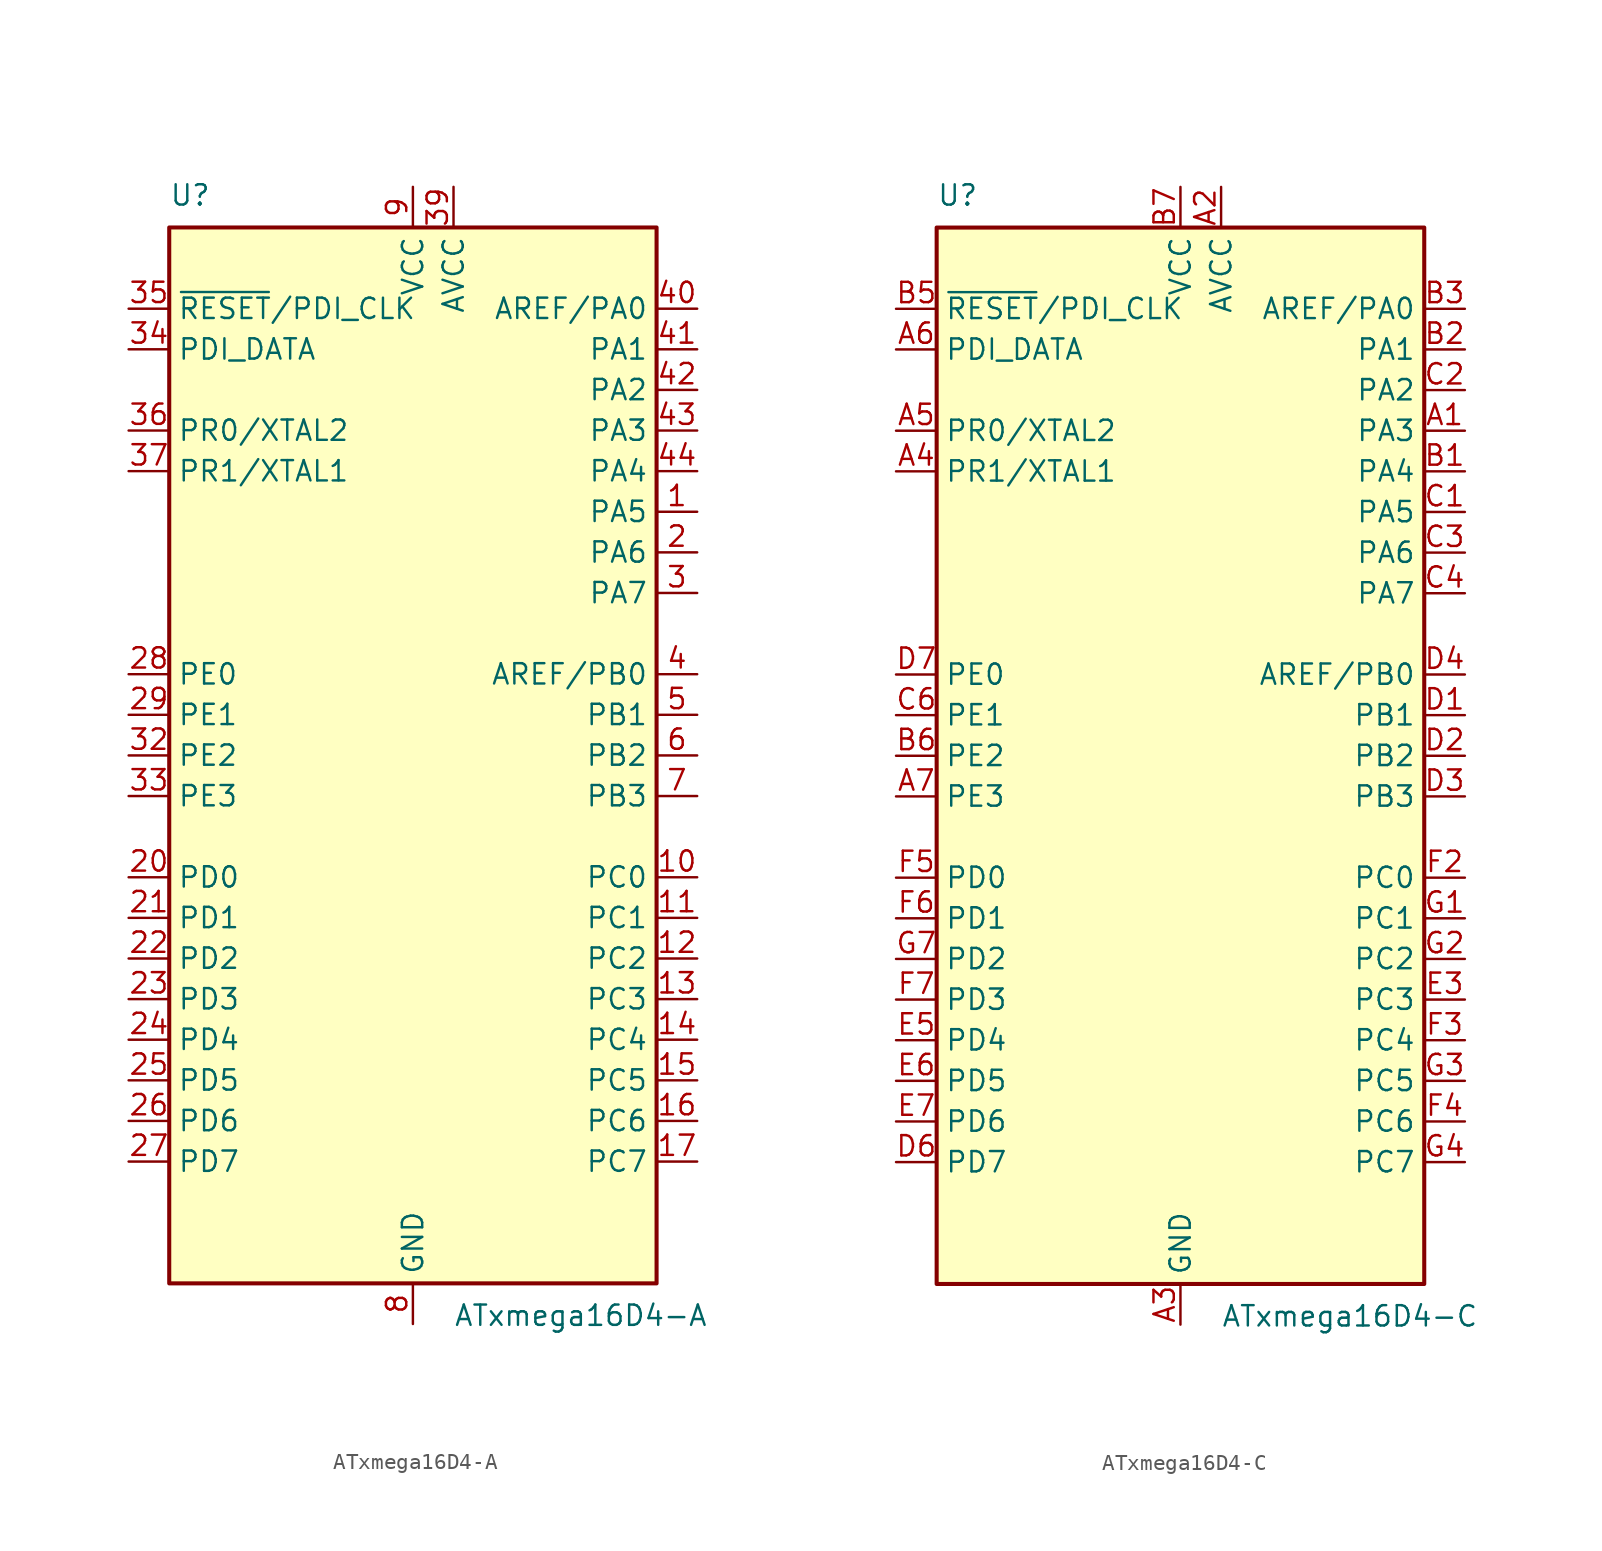
<source format=kicad_sym>
(kicad_symbol_lib
  (version 20201005)
  (generator kicad_symbol_editor)
  (symbol "ATxmega16D4-A"
    (property "Reference" "U"
      (at -15.24 34.29 0)
      (effects (font (size 1.27 1.27)) (justify left bottom)))
    (property "Value" "ATxmega16D4-A"
      (at 2.54 -34.29 0)
      (effects (font (size 1.27 1.27)) (justify left top)))
    (symbol "ATxmega16D4-A_0_1"
      (rectangle (start -15.24 -33.02) (end 15.24 33.02) (stroke (width 0.254)) (fill (type background))))
    (symbol "ATxmega16D4-A_1_1"
      (pin bidirectional line (at 17.78 15.24 180) (length 2.54) (name "PA5" (effects (font (size 1.27 1.27)))) (number "1" (effects (font (size 1.27 1.27)))))
      (pin bidirectional line (at 17.78 -7.62 180) (length 2.54) (name "PC0" (effects (font (size 1.27 1.27)))) (number "10" (effects (font (size 1.27 1.27)))))
      (pin bidirectional line (at 17.78 -10.16 180) (length 2.54) (name "PC1" (effects (font (size 1.27 1.27)))) (number "11" (effects (font (size 1.27 1.27)))))
      (pin bidirectional line (at 17.78 -12.7 180) (length 2.54) (name "PC2" (effects (font (size 1.27 1.27)))) (number "12" (effects (font (size 1.27 1.27)))))
      (pin bidirectional line (at 17.78 -15.24 180) (length 2.54) (name "PC3" (effects (font (size 1.27 1.27)))) (number "13" (effects (font (size 1.27 1.27)))))
      (pin bidirectional line (at 17.78 -17.78 180) (length 2.54) (name "PC4" (effects (font (size 1.27 1.27)))) (number "14" (effects (font (size 1.27 1.27)))))
      (pin bidirectional line (at 17.78 -20.32 180) (length 2.54) (name "PC5" (effects (font (size 1.27 1.27)))) (number "15" (effects (font (size 1.27 1.27)))))
      (pin bidirectional line (at 17.78 -22.86 180) (length 2.54) (name "PC6" (effects (font (size 1.27 1.27)))) (number "16" (effects (font (size 1.27 1.27)))))
      (pin bidirectional line (at 17.78 -25.4 180) (length 2.54) (name "PC7" (effects (font (size 1.27 1.27)))) (number "17" (effects (font (size 1.27 1.27)))))
      (pin passive line (at 0 -35.56 90) (length 2.54) hide (name "GND" (effects (font (size 1.27 1.27)))) (number "18" (effects (font (size 1.27 1.27)))))
      (pin passive line (at 0 35.56 270) (length 2.54) hide (name "VCC" (effects (font (size 1.27 1.27)))) (number "19" (effects (font (size 1.27 1.27)))))
      (pin bidirectional line (at 17.78 12.7 180) (length 2.54) (name "PA6" (effects (font (size 1.27 1.27)))) (number "2" (effects (font (size 1.27 1.27)))))
      (pin bidirectional line (at -17.78 -7.62 0) (length 2.54) (name "PD0" (effects (font (size 1.27 1.27)))) (number "20" (effects (font (size 1.27 1.27)))))
      (pin bidirectional line (at -17.78 -10.16 0) (length 2.54) (name "PD1" (effects (font (size 1.27 1.27)))) (number "21" (effects (font (size 1.27 1.27)))))
      (pin bidirectional line (at -17.78 -12.7 0) (length 2.54) (name "PD2" (effects (font (size 1.27 1.27)))) (number "22" (effects (font (size 1.27 1.27)))))
      (pin bidirectional line (at -17.78 -15.24 0) (length 2.54) (name "PD3" (effects (font (size 1.27 1.27)))) (number "23" (effects (font (size 1.27 1.27)))))
      (pin bidirectional line (at -17.78 -17.78 0) (length 2.54) (name "PD4" (effects (font (size 1.27 1.27)))) (number "24" (effects (font (size 1.27 1.27)))))
      (pin bidirectional line (at -17.78 -20.32 0) (length 2.54) (name "PD5" (effects (font (size 1.27 1.27)))) (number "25" (effects (font (size 1.27 1.27)))))
      (pin bidirectional line (at -17.78 -22.86 0) (length 2.54) (name "PD6" (effects (font (size 1.27 1.27)))) (number "26" (effects (font (size 1.27 1.27)))))
      (pin bidirectional line (at -17.78 -25.4 0) (length 2.54) (name "PD7" (effects (font (size 1.27 1.27)))) (number "27" (effects (font (size 1.27 1.27)))))
      (pin bidirectional line (at -17.78 5.08 0) (length 2.54) (name "PE0" (effects (font (size 1.27 1.27)))) (number "28" (effects (font (size 1.27 1.27)))))
      (pin bidirectional line (at -17.78 2.54 0) (length 2.54) (name "PE1" (effects (font (size 1.27 1.27)))) (number "29" (effects (font (size 1.27 1.27)))))
      (pin bidirectional line (at 17.78 10.16 180) (length 2.54) (name "PA7" (effects (font (size 1.27 1.27)))) (number "3" (effects (font (size 1.27 1.27)))))
      (pin passive line (at 0 -35.56 90) (length 2.54) hide (name "GND" (effects (font (size 1.27 1.27)))) (number "30" (effects (font (size 1.27 1.27)))))
      (pin passive line (at 0 35.56 270) (length 2.54) hide (name "VCC" (effects (font (size 1.27 1.27)))) (number "31" (effects (font (size 1.27 1.27)))))
      (pin bidirectional line (at -17.78 0 0) (length 2.54) (name "PE2" (effects (font (size 1.27 1.27)))) (number "32" (effects (font (size 1.27 1.27)))))
      (pin bidirectional line (at -17.78 -2.54 0) (length 2.54) (name "PE3" (effects (font (size 1.27 1.27)))) (number "33" (effects (font (size 1.27 1.27)))))
      (pin bidirectional line (at -17.78 25.4 0) (length 2.54) (name "PDI_DATA" (effects (font (size 1.27 1.27)))) (number "34" (effects (font (size 1.27 1.27)))))
      (pin input line (at -17.78 27.94 0) (length 2.54) (name "~RESET~/PDI_CLK" (effects (font (size 1.27 1.27)))) (number "35" (effects (font (size 1.27 1.27)))))
      (pin bidirectional line (at -17.78 20.32 0) (length 2.54) (name "PR0/XTAL2" (effects (font (size 1.27 1.27)))) (number "36" (effects (font (size 1.27 1.27)))))
      (pin bidirectional line (at -17.78 17.78 0) (length 2.54) (name "PR1/XTAL1" (effects (font (size 1.27 1.27)))) (number "37" (effects (font (size 1.27 1.27)))))
      (pin passive line (at 0 -35.56 90) (length 2.54) hide (name "GND" (effects (font (size 1.27 1.27)))) (number "38" (effects (font (size 1.27 1.27)))))
      (pin power_in line (at 2.54 35.56 270) (length 2.54) (name "AVCC" (effects (font (size 1.27 1.27)))) (number "39" (effects (font (size 1.27 1.27)))))
      (pin bidirectional line (at 17.78 5.08 180) (length 2.54) (name "AREF/PB0" (effects (font (size 1.27 1.27)))) (number "4" (effects (font (size 1.27 1.27)))))
      (pin bidirectional line (at 17.78 27.94 180) (length 2.54) (name "AREF/PA0" (effects (font (size 1.27 1.27)))) (number "40" (effects (font (size 1.27 1.27)))))
      (pin bidirectional line (at 17.78 25.4 180) (length 2.54) (name "PA1" (effects (font (size 1.27 1.27)))) (number "41" (effects (font (size 1.27 1.27)))))
      (pin bidirectional line (at 17.78 22.86 180) (length 2.54) (name "PA2" (effects (font (size 1.27 1.27)))) (number "42" (effects (font (size 1.27 1.27)))))
      (pin bidirectional line (at 17.78 20.32 180) (length 2.54) (name "PA3" (effects (font (size 1.27 1.27)))) (number "43" (effects (font (size 1.27 1.27)))))
      (pin bidirectional line (at 17.78 17.78 180) (length 2.54) (name "PA4" (effects (font (size 1.27 1.27)))) (number "44" (effects (font (size 1.27 1.27)))))
      (pin bidirectional line (at 17.78 2.54 180) (length 2.54) (name "PB1" (effects (font (size 1.27 1.27)))) (number "5" (effects (font (size 1.27 1.27)))))
      (pin bidirectional line (at 17.78 0 180) (length 2.54) (name "PB2" (effects (font (size 1.27 1.27)))) (number "6" (effects (font (size 1.27 1.27)))))
      (pin bidirectional line (at 17.78 -2.54 180) (length 2.54) (name "PB3" (effects (font (size 1.27 1.27)))) (number "7" (effects (font (size 1.27 1.27)))))
      (pin power_in line (at 0 -35.56 90) (length 2.54) (name "GND" (effects (font (size 1.27 1.27)))) (number "8" (effects (font (size 1.27 1.27)))))
      (pin power_in line (at 0 35.56 270) (length 2.54) (name "VCC" (effects (font (size 1.27 1.27)))) (number "9" (effects (font (size 1.27 1.27)))))))
  (symbol "ATxmega16D4-C"
    (property "Reference" "U"
      (at -15.24 34.29 0)
      (effects (font (size 1.27 1.27)) (justify left bottom)))
    (property "Value" "ATxmega16D4-C"
      (at 2.54 -34.29 0)
      (effects (font (size 1.27 1.27)) (justify left top)))
    (symbol "ATxmega16D4-C_0_1"
      (rectangle (start -15.24 -33.02) (end 15.24 33.02) (stroke (width 0.254)) (fill (type background))))
    (symbol "ATxmega16D4-C_1_1"
      (pin bidirectional line (at 17.78 20.32 180) (length 2.54) (name "PA3" (effects (font (size 1.27 1.27)))) (number "A1" (effects (font (size 1.27 1.27)))))
      (pin power_in line (at 2.54 35.56 270) (length 2.54) (name "AVCC" (effects (font (size 1.27 1.27)))) (number "A2" (effects (font (size 1.27 1.27)))))
      (pin power_in line (at 0 -35.56 90) (length 2.54) (name "GND" (effects (font (size 1.27 1.27)))) (number "A3" (effects (font (size 1.27 1.27)))))
      (pin bidirectional line (at -17.78 17.78 0) (length 2.54) (name "PR1/XTAL1" (effects (font (size 1.27 1.27)))) (number "A4" (effects (font (size 1.27 1.27)))))
      (pin bidirectional line (at -17.78 20.32 0) (length 2.54) (name "PR0/XTAL2" (effects (font (size 1.27 1.27)))) (number "A5" (effects (font (size 1.27 1.27)))))
      (pin bidirectional line (at -17.78 25.4 0) (length 2.54) (name "PDI_DATA" (effects (font (size 1.27 1.27)))) (number "A6" (effects (font (size 1.27 1.27)))))
      (pin bidirectional line (at -17.78 -2.54 0) (length 2.54) (name "PE3" (effects (font (size 1.27 1.27)))) (number "A7" (effects (font (size 1.27 1.27)))))
      (pin bidirectional line (at 17.78 17.78 180) (length 2.54) (name "PA4" (effects (font (size 1.27 1.27)))) (number "B1" (effects (font (size 1.27 1.27)))))
      (pin bidirectional line (at 17.78 25.4 180) (length 2.54) (name "PA1" (effects (font (size 1.27 1.27)))) (number "B2" (effects (font (size 1.27 1.27)))))
      (pin bidirectional line (at 17.78 27.94 180) (length 2.54) (name "AREF/PA0" (effects (font (size 1.27 1.27)))) (number "B3" (effects (font (size 1.27 1.27)))))
      (pin passive line (at 0 -35.56 90) (length 2.54) hide (name "GND" (effects (font (size 1.27 1.27)))) (number "B4" (effects (font (size 1.27 1.27)))))
      (pin input line (at -17.78 27.94 0) (length 2.54) (name "~RESET~/PDI_CLK" (effects (font (size 1.27 1.27)))) (number "B5" (effects (font (size 1.27 1.27)))))
      (pin bidirectional line (at -17.78 0 0) (length 2.54) (name "PE2" (effects (font (size 1.27 1.27)))) (number "B6" (effects (font (size 1.27 1.27)))))
      (pin power_in line (at 0 35.56 270) (length 2.54) (name "VCC" (effects (font (size 1.27 1.27)))) (number "B7" (effects (font (size 1.27 1.27)))))
      (pin bidirectional line (at 17.78 15.24 180) (length 2.54) (name "PA5" (effects (font (size 1.27 1.27)))) (number "C1" (effects (font (size 1.27 1.27)))))
      (pin bidirectional line (at 17.78 22.86 180) (length 2.54) (name "PA2" (effects (font (size 1.27 1.27)))) (number "C2" (effects (font (size 1.27 1.27)))))
      (pin bidirectional line (at 17.78 12.7 180) (length 2.54) (name "PA6" (effects (font (size 1.27 1.27)))) (number "C3" (effects (font (size 1.27 1.27)))))
      (pin bidirectional line (at 17.78 10.16 180) (length 2.54) (name "PA7" (effects (font (size 1.27 1.27)))) (number "C4" (effects (font (size 1.27 1.27)))))
      (pin passive line (at 0 -35.56 90) (length 2.54) hide (name "GND" (effects (font (size 1.27 1.27)))) (number "C5" (effects (font (size 1.27 1.27)))))
      (pin bidirectional line (at -17.78 2.54 0) (length 2.54) (name "PE1" (effects (font (size 1.27 1.27)))) (number "C6" (effects (font (size 1.27 1.27)))))
      (pin passive line (at 0 -35.56 90) (length 2.54) hide (name "GND" (effects (font (size 1.27 1.27)))) (number "C7" (effects (font (size 1.27 1.27)))))
      (pin bidirectional line (at 17.78 2.54 180) (length 2.54) (name "PB1" (effects (font (size 1.27 1.27)))) (number "D1" (effects (font (size 1.27 1.27)))))
      (pin bidirectional line (at 17.78 0 180) (length 2.54) (name "PB2" (effects (font (size 1.27 1.27)))) (number "D2" (effects (font (size 1.27 1.27)))))
      (pin bidirectional line (at 17.78 -2.54 180) (length 2.54) (name "PB3" (effects (font (size 1.27 1.27)))) (number "D3" (effects (font (size 1.27 1.27)))))
      (pin bidirectional line (at 17.78 5.08 180) (length 2.54) (name "AREF/PB0" (effects (font (size 1.27 1.27)))) (number "D4" (effects (font (size 1.27 1.27)))))
      (pin passive line (at 0 -35.56 90) (length 2.54) hide (name "GND" (effects (font (size 1.27 1.27)))) (number "D5" (effects (font (size 1.27 1.27)))))
      (pin bidirectional line (at -17.78 -25.4 0) (length 2.54) (name "PD7" (effects (font (size 1.27 1.27)))) (number "D6" (effects (font (size 1.27 1.27)))))
      (pin bidirectional line (at -17.78 5.08 0) (length 2.54) (name "PE0" (effects (font (size 1.27 1.27)))) (number "D7" (effects (font (size 1.27 1.27)))))
      (pin passive line (at 0 -35.56 90) (length 2.54) hide (name "GND" (effects (font (size 1.27 1.27)))) (number "E1" (effects (font (size 1.27 1.27)))))
      (pin passive line (at 0 -35.56 90) (length 2.54) hide (name "GND" (effects (font (size 1.27 1.27)))) (number "E2" (effects (font (size 1.27 1.27)))))
      (pin bidirectional line (at 17.78 -15.24 180) (length 2.54) (name "PC3" (effects (font (size 1.27 1.27)))) (number "E3" (effects (font (size 1.27 1.27)))))
      (pin passive line (at 0 -35.56 90) (length 2.54) hide (name "GND" (effects (font (size 1.27 1.27)))) (number "E4" (effects (font (size 1.27 1.27)))))
      (pin bidirectional line (at -17.78 -17.78 0) (length 2.54) (name "PD4" (effects (font (size 1.27 1.27)))) (number "E5" (effects (font (size 1.27 1.27)))))
      (pin bidirectional line (at -17.78 -20.32 0) (length 2.54) (name "PD5" (effects (font (size 1.27 1.27)))) (number "E6" (effects (font (size 1.27 1.27)))))
      (pin bidirectional line (at -17.78 -22.86 0) (length 2.54) (name "PD6" (effects (font (size 1.27 1.27)))) (number "E7" (effects (font (size 1.27 1.27)))))
      (pin passive line (at 0 35.56 270) (length 2.54) hide (name "VCC" (effects (font (size 1.27 1.27)))) (number "F1" (effects (font (size 1.27 1.27)))))
      (pin bidirectional line (at 17.78 -7.62 180) (length 2.54) (name "PC0" (effects (font (size 1.27 1.27)))) (number "F2" (effects (font (size 1.27 1.27)))))
      (pin bidirectional line (at 17.78 -17.78 180) (length 2.54) (name "PC4" (effects (font (size 1.27 1.27)))) (number "F3" (effects (font (size 1.27 1.27)))))
      (pin bidirectional line (at 17.78 -22.86 180) (length 2.54) (name "PC6" (effects (font (size 1.27 1.27)))) (number "F4" (effects (font (size 1.27 1.27)))))
      (pin bidirectional line (at -17.78 -7.62 0) (length 2.54) (name "PD0" (effects (font (size 1.27 1.27)))) (number "F5" (effects (font (size 1.27 1.27)))))
      (pin bidirectional line (at -17.78 -10.16 0) (length 2.54) (name "PD1" (effects (font (size 1.27 1.27)))) (number "F6" (effects (font (size 1.27 1.27)))))
      (pin bidirectional line (at -17.78 -15.24 0) (length 2.54) (name "PD3" (effects (font (size 1.27 1.27)))) (number "F7" (effects (font (size 1.27 1.27)))))
      (pin bidirectional line (at 17.78 -10.16 180) (length 2.54) (name "PC1" (effects (font (size 1.27 1.27)))) (number "G1" (effects (font (size 1.27 1.27)))))
      (pin bidirectional line (at 17.78 -12.7 180) (length 2.54) (name "PC2" (effects (font (size 1.27 1.27)))) (number "G2" (effects (font (size 1.27 1.27)))))
      (pin bidirectional line (at 17.78 -20.32 180) (length 2.54) (name "PC5" (effects (font (size 1.27 1.27)))) (number "G3" (effects (font (size 1.27 1.27)))))
      (pin bidirectional line (at 17.78 -25.4 180) (length 2.54) (name "PC7" (effects (font (size 1.27 1.27)))) (number "G4" (effects (font (size 1.27 1.27)))))
      (pin passive line (at 0 -35.56 90) (length 2.54) hide (name "GND" (effects (font (size 1.27 1.27)))) (number "G5" (effects (font (size 1.27 1.27)))))
      (pin passive line (at 0 35.56 270) (length 2.54) hide (name "VCC" (effects (font (size 1.27 1.27)))) (number "G6" (effects (font (size 1.27 1.27)))))
      (pin bidirectional line (at -17.78 -12.7 0) (length 2.54) (name "PD2" (effects (font (size 1.27 1.27)))) (number "G7" (effects (font (size 1.27 1.27))))))))
</source>
